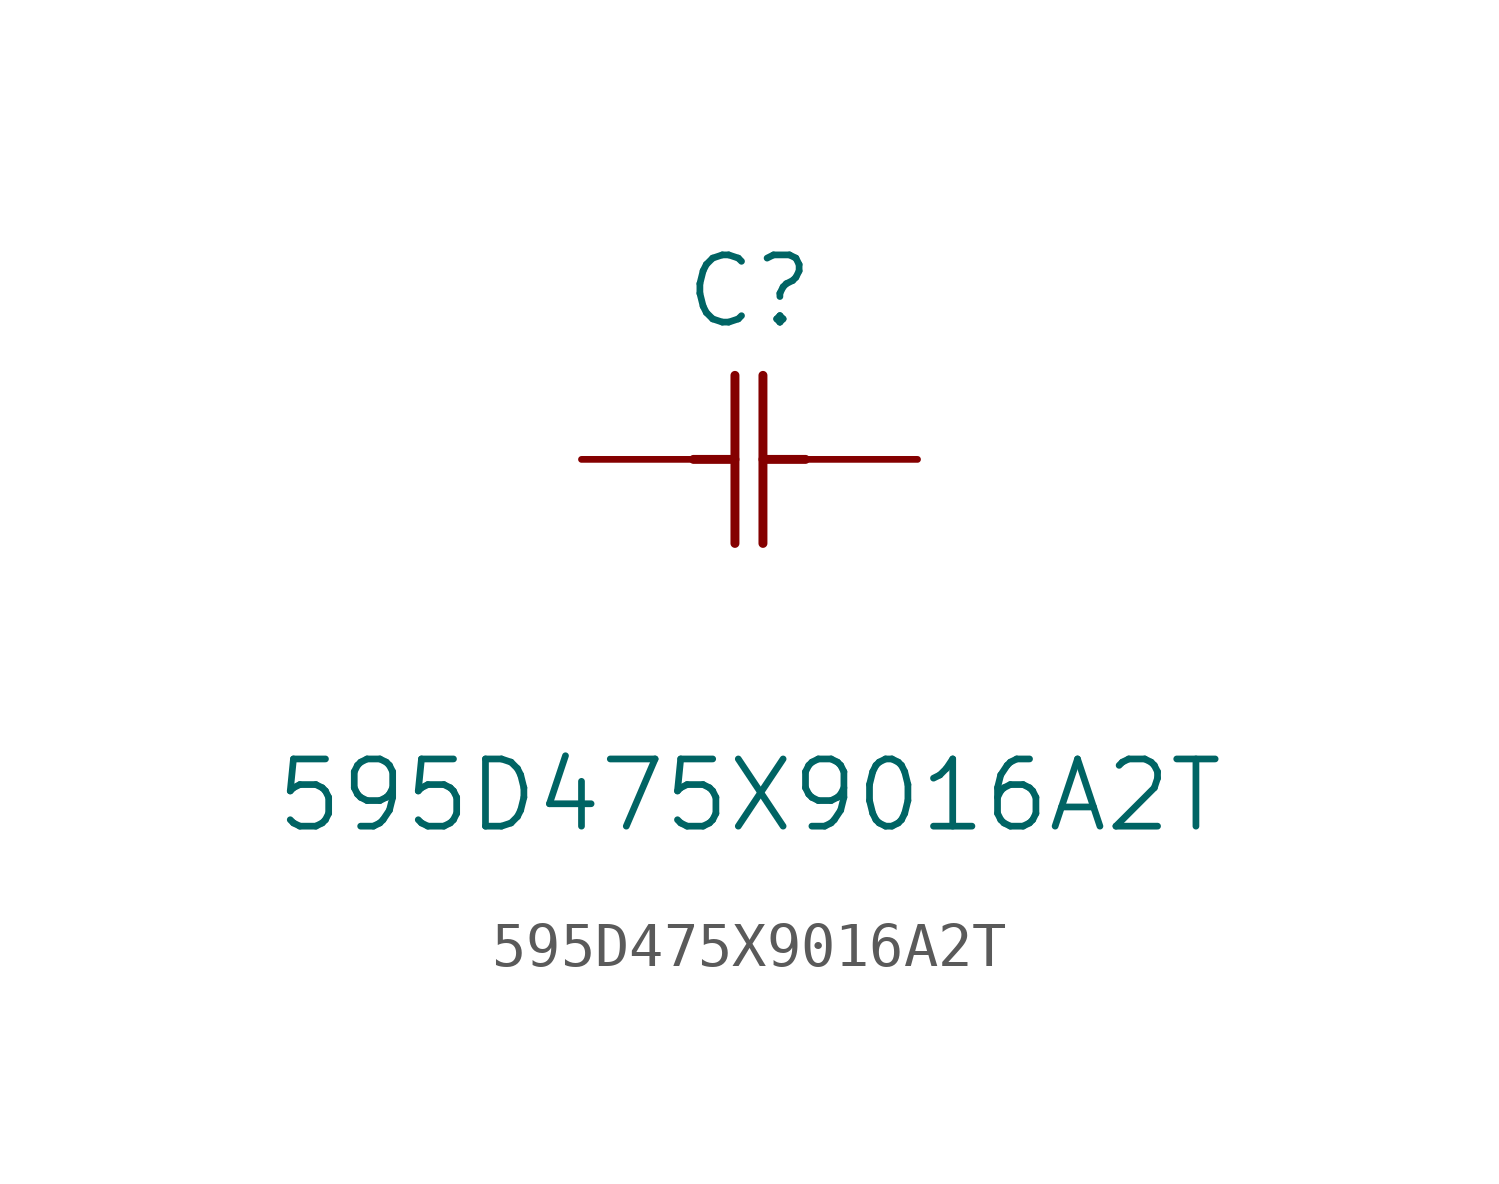
<source format=kicad_sym>
(kicad_symbol_lib
  (version 20211014)
  (generator kicad_symbol_editor)
  (symbol "595D475X9016A2T"
    (pin_numbers hide)
    (pin_names
      (offset 1.651) hide)
    (property "Reference" "C"
      (at 3.81 3.81 0)
      (effects (font (size 1.524 1.524))))
    (property "Value" "595D475X9016A2T"
      (at 3.81 -7.62 0)
      (effects (font (size 1.524 1.524))))
    (property "Datasheet" ""
      (at 0 0 0)
      (effects (font (size 1.524 1.524))))
    (property "ki_locked" ""
      (at 0 0 0)
      (effects (font (size 1.27 1.27))))
    (symbol "595D475X9016A2T_1_1"
      (polyline (pts (xy 2.54 0) (xy 3.48 0)) (stroke (width 0.203) (type default) (color 0 0 0 0)) (fill (type none)))
      (polyline (pts (xy 3.48 -1.905) (xy 3.48 1.905)) (stroke (width 0.203) (type default) (color 0 0 0 0)) (fill (type none)))
      (polyline (pts (xy 4.115 -1.905) (xy 4.115 1.905)) (stroke (width 0.203) (type default) (color 0 0 0 0)) (fill (type none)))
      (polyline (pts (xy 4.115 0) (xy 5.08 0)) (stroke (width 0.203) (type default) (color 0 0 0 0)) (fill (type none)))
      (pin unspecified line (at 0 0 0) (length 2.54) (name "1" (effects (font (size 1.499 1.499)))) (number "1" (effects (font (size 1.499 1.499)))))
      (pin unspecified line (at 7.62 0 180) (length 2.54) (name "2" (effects (font (size 1.499 1.499)))) (number "2" (effects (font (size 1.499 1.499))))))))
</source>
